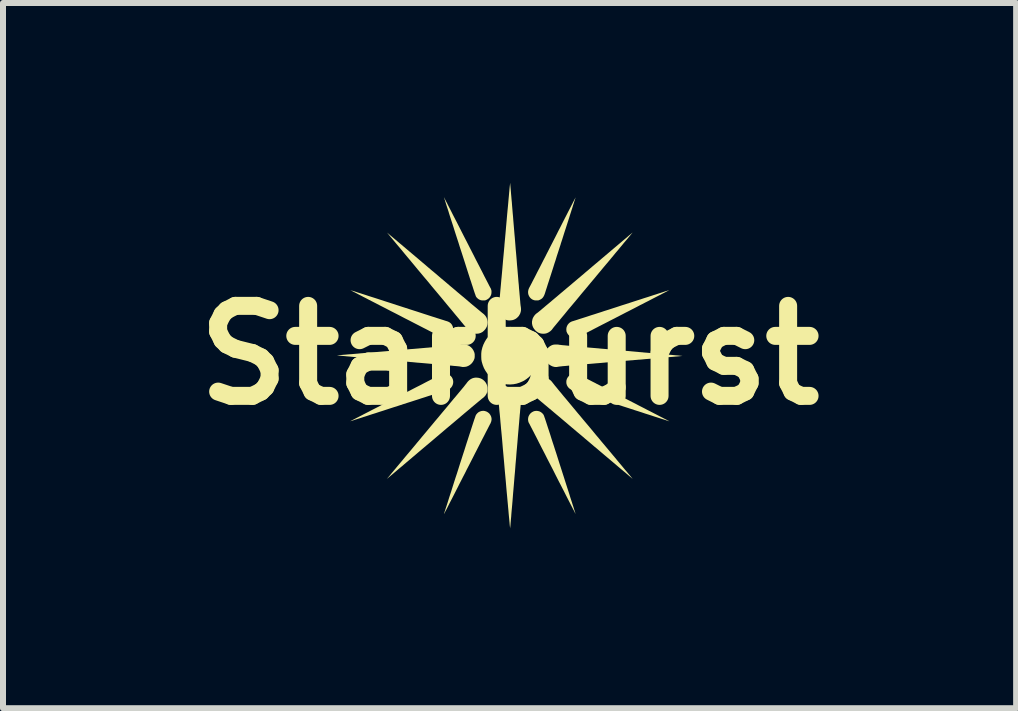
<source format=kicad_pcb>
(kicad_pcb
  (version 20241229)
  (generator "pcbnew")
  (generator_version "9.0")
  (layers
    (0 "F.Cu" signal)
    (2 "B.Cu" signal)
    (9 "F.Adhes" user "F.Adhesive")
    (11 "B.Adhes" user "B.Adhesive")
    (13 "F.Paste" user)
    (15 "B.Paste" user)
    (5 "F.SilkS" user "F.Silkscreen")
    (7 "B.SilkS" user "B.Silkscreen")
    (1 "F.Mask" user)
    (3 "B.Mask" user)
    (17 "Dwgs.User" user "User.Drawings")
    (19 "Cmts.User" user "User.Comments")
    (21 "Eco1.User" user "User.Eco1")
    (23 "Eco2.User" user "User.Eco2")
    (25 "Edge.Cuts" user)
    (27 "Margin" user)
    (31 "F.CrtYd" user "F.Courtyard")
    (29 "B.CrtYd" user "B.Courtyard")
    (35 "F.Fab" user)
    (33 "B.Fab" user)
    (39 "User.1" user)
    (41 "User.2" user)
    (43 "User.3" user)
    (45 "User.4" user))
  (footprint "Starburst"
    (layer "F.Cu")
    (at 5.443 2.87)
    (property "Reference" "Starburst" (at 0 0 0) (layer "F.SilkS") (effects (font (size 1.5 1.5) (thickness 0.3))))
    (attr board_only exclude_from_pos_files exclude_from_bom)
    (fp_poly (pts (xy 0.053 -0.469) (xy 0.091 -0.464) (xy 0.098 -0.462) (xy 0.149 -0.448) (xy 0.198 -0.429) (xy 0.244 -0.406) (xy 0.287 -0.378) (xy 0.326 -0.346) (xy 0.361 -0.31) (xy 0.392 -0.271) (xy 0.419 -0.229) (xy 0.441 -0.185) (xy 0.459 -0.138) (xy 0.471 -0.089) (xy 0.479 -0.038) (xy 0.481 0.014) (xy 0.478 0.067) (xy 0.472 0.102) (xy 0.46 0.151) (xy 0.442 0.199) (xy 0.419 0.244) (xy 0.392 0.287) (xy 0.36 0.327) (xy 0.324 0.364) (xy 0.284 0.396) (xy 0.242 0.424) (xy 0.218 0.436) (xy 0.167 0.458) (xy 0.117 0.474) (xy 0.066 0.484) (xy 0.015 0.488) (xy -0.036 0.487) (xy -0.045 0.486) (xy -0.098 0.477) (xy -0.149 0.462) (xy -0.198 0.443) (xy -0.208 0.438) (xy -0.255 0.411) (xy -0.298 0.38) (xy -0.337 0.344) (xy -0.371 0.305) (xy -0.401 0.262) (xy -0.427 0.215) (xy -0.447 0.165) (xy -0.463 0.112) (xy -0.467 0.091) (xy -0.47 0.073) (xy -0.471 0.052) (xy -0.472 0.027) (xy -0.472 0.001) (xy -0.472 -0.024) (xy -0.47 -0.048) (xy -0.468 -0.067) (xy -0.467 -0.074) (xy -0.454 -0.127) (xy -0.436 -0.177) (xy -0.413 -0.224) (xy -0.386 -0.269) (xy -0.354 -0.309) (xy -0.318 -0.346) (xy -0.278 -0.379) (xy -0.235 -0.407) (xy -0.188 -0.431) (xy -0.138 -0.449) (xy -0.111 -0.457) (xy -0.072 -0.465) (xy -0.031 -0.469) (xy 0.011 -0.471)) (stroke (width 0) (type solid)) (fill yes) (layer "F.SilkS"))
    (fp_poly (pts (xy -2.651 -1.084) (xy -2.643 -1.081) (xy -2.63 -1.077) (xy -2.611 -1.071) (xy -2.587 -1.064) (xy -2.559 -1.055) (xy -2.527 -1.044) (xy -2.491 -1.033) (xy -2.451 -1.02) (xy -2.407 -1.006) (xy -2.359 -0.99) (xy -2.309 -0.974) (xy -2.255 -0.957) (xy -2.199 -0.939) (xy -2.141 -0.92) (xy -2.08 -0.9) (xy -2.017 -0.88) (xy -1.952 -0.859) (xy -1.886 -0.837) (xy -1.866 -0.831) (xy -1.799 -0.809) (xy -1.733 -0.788) (xy -1.669 -0.767) (xy -1.607 -0.747) (xy -1.547 -0.728) (xy -1.489 -0.709) (xy -1.434 -0.691) (xy -1.381 -0.674) (xy -1.332 -0.658) (xy -1.286 -0.643) (xy -1.243 -0.63) (xy -1.204 -0.617) (xy -1.169 -0.606) (xy -1.138 -0.596) (xy -1.112 -0.588) (xy -1.09 -0.581) (xy -1.073 -0.575) (xy -1.062 -0.572) (xy -1.056 -0.57) (xy -1.055 -0.57) (xy -1.025 -0.56) (xy -1 -0.547) (xy -0.979 -0.53) (xy -0.962 -0.509) (xy -0.949 -0.484) (xy -0.941 -0.458) (xy -0.938 -0.431) (xy -0.941 -0.404) (xy -0.948 -0.379) (xy -0.96 -0.355) (xy -0.977 -0.333) (xy -0.998 -0.315) (xy -1.009 -0.308) (xy -1.024 -0.301) (xy -1.041 -0.295) (xy -1.059 -0.291) (xy -1.076 -0.289) (xy -1.089 -0.29) (xy -1.091 -0.29) (xy -1.097 -0.291) (xy -1.106 -0.293) (xy -1.113 -0.294) (xy -1.123 -0.297) (xy -1.136 -0.302) (xy -1.15 -0.309) (xy -1.16 -0.314) (xy -1.167 -0.317) (xy -1.179 -0.324) (xy -1.195 -0.332) (xy -1.216 -0.343) (xy -1.24 -0.355) (xy -1.267 -0.369) (xy -1.297 -0.385) (xy -1.329 -0.401) (xy -1.363 -0.419) (xy -1.398 -0.437) (xy -1.428 -0.452) (xy -1.513 -0.496) (xy -1.595 -0.538) (xy -1.676 -0.58) (xy -1.755 -0.62) (xy -1.831 -0.66) (xy -1.905 -0.698) (xy -1.976 -0.734) (xy -2.045 -0.77) (xy -2.111 -0.804) (xy -2.174 -0.836) (xy -2.233 -0.867) (xy -2.29 -0.896) (xy -2.343 -0.923) (xy -2.392 -0.949) (xy -2.438 -0.972) (xy -2.479 -0.994) (xy -2.517 -1.013) (xy -2.55 -1.031) (xy -2.579 -1.046) (xy -2.604 -1.058) (xy -2.624 -1.069) (xy -2.639 -1.077) (xy -2.649 -1.082) (xy -2.654 -1.085) (xy -2.654 -1.085)) (stroke (width 0) (type solid)) (fill yes) (layer "F.SilkS"))
    (fp_poly (pts (xy 0.473 0.93) (xy 0.499 0.937) (xy 0.522 0.949) (xy 0.544 0.966) (xy 0.562 0.987) (xy 0.566 0.993) (xy 0.568 0.995) (xy 0.57 1) (xy 0.572 1.006) (xy 0.575 1.014) (xy 0.579 1.024) (xy 0.583 1.037) (xy 0.589 1.052) (xy 0.595 1.071) (xy 0.602 1.092) (xy 0.61 1.116) (xy 0.619 1.144) (xy 0.629 1.175) (xy 0.64 1.209) (xy 0.653 1.248) (xy 0.667 1.291) (xy 0.682 1.337) (xy 0.698 1.389) (xy 0.716 1.445) (xy 0.736 1.505) (xy 0.757 1.571) (xy 0.78 1.641) (xy 0.804 1.717) (xy 0.83 1.799) (xy 0.839 1.827) (xy 0.861 1.895) (xy 0.882 1.961) (xy 0.903 2.026) (xy 0.923 2.089) (xy 0.942 2.149) (xy 0.961 2.208) (xy 0.979 2.263) (xy 0.996 2.316) (xy 1.011 2.366) (xy 1.026 2.412) (xy 1.04 2.455) (xy 1.052 2.494) (xy 1.064 2.529) (xy 1.073 2.56) (xy 1.082 2.587) (xy 1.089 2.609) (xy 1.094 2.626) (xy 1.098 2.638) (xy 1.1 2.644) (xy 1.1 2.645) (xy 1.099 2.643) (xy 1.094 2.635) (xy 1.088 2.623) (xy 1.079 2.605) (xy 1.068 2.583) (xy 1.054 2.557) (xy 1.039 2.527) (xy 1.021 2.493) (xy 1.002 2.456) (xy 0.981 2.415) (xy 0.958 2.37) (xy 0.934 2.323) (xy 0.909 2.273) (xy 0.882 2.221) (xy 0.854 2.166) (xy 0.824 2.109) (xy 0.794 2.05) (xy 0.763 1.989) (xy 0.732 1.927) (xy 0.719 1.901) (xy 0.687 1.839) (xy 0.655 1.777) (xy 0.624 1.717) (xy 0.595 1.659) (xy 0.566 1.603) (xy 0.538 1.549) (xy 0.512 1.498) (xy 0.487 1.449) (xy 0.464 1.403) (xy 0.442 1.36) (xy 0.421 1.32) (xy 0.403 1.284) (xy 0.386 1.252) (xy 0.372 1.224) (xy 0.359 1.2) (xy 0.349 1.18) (xy 0.341 1.165) (xy 0.336 1.154) (xy 0.333 1.149) (xy 0.333 1.148) (xy 0.319 1.124) (xy 0.311 1.099) (xy 0.308 1.072) (xy 0.31 1.045) (xy 0.317 1.019) (xy 0.33 0.994) (xy 0.347 0.972) (xy 0.35 0.969) (xy 0.372 0.951) (xy 0.396 0.938) (xy 0.421 0.93) (xy 0.447 0.928)) (stroke (width 0) (type solid)) (fill yes) (layer "F.SilkS"))
    (fp_poly (pts (xy 1.1 -2.627) (xy 1.097 -2.619) (xy 1.093 -2.605) (xy 1.087 -2.586) (xy 1.079 -2.563) (xy 1.071 -2.535) (xy 1.06 -2.503) (xy 1.049 -2.466) (xy 1.036 -2.426) (xy 1.022 -2.382) (xy 1.007 -2.335) (xy 0.991 -2.284) (xy 0.974 -2.231) (xy 0.956 -2.175) (xy 0.937 -2.116) (xy 0.917 -2.055) (xy 0.897 -1.992) (xy 0.877 -1.928) (xy 0.855 -1.862) (xy 0.851 -1.846) (xy 0.829 -1.779) (xy 0.808 -1.714) (xy 0.787 -1.65) (xy 0.768 -1.587) (xy 0.748 -1.527) (xy 0.73 -1.469) (xy 0.712 -1.413) (xy 0.695 -1.36) (xy 0.679 -1.31) (xy 0.664 -1.264) (xy 0.65 -1.22) (xy 0.637 -1.181) (xy 0.626 -1.145) (xy 0.616 -1.114) (xy 0.607 -1.087) (xy 0.6 -1.065) (xy 0.595 -1.048) (xy 0.591 -1.036) (xy 0.589 -1.03) (xy 0.589 -1.029) (xy 0.578 -1) (xy 0.566 -0.977) (xy 0.552 -0.957) (xy 0.535 -0.941) (xy 0.514 -0.928) (xy 0.508 -0.925) (xy 0.497 -0.92) (xy 0.488 -0.916) (xy 0.48 -0.914) (xy 0.47 -0.913) (xy 0.456 -0.913) (xy 0.453 -0.913) (xy 0.436 -0.913) (xy 0.423 -0.914) (xy 0.412 -0.916) (xy 0.404 -0.918) (xy 0.378 -0.929) (xy 0.356 -0.945) (xy 0.338 -0.964) (xy 0.324 -0.986) (xy 0.314 -1.01) (xy 0.309 -1.036) (xy 0.309 -1.063) (xy 0.314 -1.09) (xy 0.324 -1.117) (xy 0.332 -1.132) (xy 0.334 -1.136) (xy 0.339 -1.145) (xy 0.347 -1.16) (xy 0.357 -1.179) (xy 0.369 -1.202) (xy 0.383 -1.23) (xy 0.399 -1.261) (xy 0.418 -1.297) (xy 0.438 -1.336) (xy 0.459 -1.378) (xy 0.483 -1.424) (xy 0.508 -1.472) (xy 0.534 -1.523) (xy 0.561 -1.577) (xy 0.59 -1.632) (xy 0.619 -1.69) (xy 0.65 -1.75) (xy 0.681 -1.811) (xy 0.713 -1.873) (xy 0.722 -1.891) (xy 0.754 -1.953) (xy 0.785 -2.014) (xy 0.815 -2.074) (xy 0.845 -2.131) (xy 0.873 -2.187) (xy 0.9 -2.24) (xy 0.926 -2.291) (xy 0.951 -2.339) (xy 0.974 -2.385) (xy 0.996 -2.427) (xy 1.016 -2.466) (xy 1.034 -2.501) (xy 1.05 -2.532) (xy 1.064 -2.56) (xy 1.076 -2.583) (xy 1.086 -2.602) (xy 1.093 -2.616) (xy 1.098 -2.625) (xy 1.1 -2.63) (xy 1.1 -2.63)) (stroke (width 0) (type solid)) (fill yes) (layer "F.SilkS"))
    (fp_poly (pts (xy -1.093 -2.631) (xy -1.089 -2.623) (xy -1.082 -2.61) (xy -1.073 -2.593) (xy -1.062 -2.571) (xy -1.048 -2.545) (xy -1.033 -2.515) (xy -1.016 -2.481) (xy -0.996 -2.443) (xy -0.975 -2.402) (xy -0.953 -2.358) (xy -0.929 -2.311) (xy -0.903 -2.261) (xy -0.876 -2.209) (xy -0.848 -2.154) (xy -0.819 -2.097) (xy -0.789 -2.038) (xy -0.758 -1.977) (xy -0.726 -1.915) (xy -0.715 -1.894) (xy -0.683 -1.831) (xy -0.652 -1.77) (xy -0.621 -1.71) (xy -0.591 -1.651) (xy -0.563 -1.595) (xy -0.535 -1.541) (xy -0.508 -1.489) (xy -0.483 -1.44) (xy -0.459 -1.394) (xy -0.437 -1.35) (xy -0.417 -1.31) (xy -0.398 -1.274) (xy -0.381 -1.241) (xy -0.366 -1.212) (xy -0.353 -1.187) (xy -0.343 -1.167) (xy -0.335 -1.151) (xy -0.329 -1.141) (xy -0.326 -1.135) (xy -0.326 -1.134) (xy -0.314 -1.114) (xy -0.307 -1.095) (xy -0.302 -1.076) (xy -0.301 -1.062) (xy -0.302 -1.033) (xy -0.308 -1.005) (xy -0.32 -0.98) (xy -0.336 -0.958) (xy -0.357 -0.939) (xy -0.38 -0.925) (xy -0.391 -0.92) (xy -0.4 -0.916) (xy -0.408 -0.914) (xy -0.418 -0.913) (xy -0.432 -0.913) (xy -0.435 -0.913) (xy -0.452 -0.913) (xy -0.465 -0.914) (xy -0.476 -0.916) (xy -0.484 -0.918) (xy -0.51 -0.929) (xy -0.533 -0.946) (xy -0.553 -0.967) (xy -0.559 -0.976) (xy -0.56 -0.979) (xy -0.562 -0.983) (xy -0.565 -0.99) (xy -0.568 -1) (xy -0.572 -1.012) (xy -0.578 -1.027) (xy -0.584 -1.045) (xy -0.591 -1.066) (xy -0.599 -1.09) (xy -0.608 -1.118) (xy -0.618 -1.15) (xy -0.63 -1.185) (xy -0.642 -1.224) (xy -0.657 -1.267) (xy -0.672 -1.315) (xy -0.689 -1.367) (xy -0.707 -1.424) (xy -0.727 -1.486) (xy -0.748 -1.553) (xy -0.771 -1.624) (xy -0.796 -1.702) (xy -0.823 -1.784) (xy -0.832 -1.812) (xy -0.853 -1.88) (xy -0.875 -1.947) (xy -0.896 -2.012) (xy -0.916 -2.074) (xy -0.935 -2.135) (xy -0.954 -2.194) (xy -0.972 -2.249) (xy -0.989 -2.302) (xy -1.005 -2.352) (xy -1.019 -2.399) (xy -1.033 -2.442) (xy -1.046 -2.481) (xy -1.057 -2.516) (xy -1.067 -2.547) (xy -1.075 -2.574) (xy -1.082 -2.596) (xy -1.088 -2.613) (xy -1.092 -2.625) (xy -1.094 -2.632) (xy -1.094 -2.633)) (stroke (width 0) (type solid)) (fill yes) (layer "F.SilkS"))
    (fp_poly (pts (xy -0.412 0.93) (xy -0.407 0.932) (xy -0.381 0.941) (xy -0.358 0.955) (xy -0.339 0.971) (xy -0.321 0.995) (xy -0.308 1.021) (xy -0.301 1.048) (xy -0.3 1.075) (xy -0.305 1.103) (xy -0.316 1.132) (xy -0.323 1.146) (xy -0.326 1.15) (xy -0.331 1.16) (xy -0.338 1.174) (xy -0.348 1.193) (xy -0.36 1.217) (xy -0.374 1.244) (xy -0.391 1.276) (xy -0.409 1.312) (xy -0.429 1.351) (xy -0.451 1.393) (xy -0.474 1.438) (xy -0.499 1.487) (xy -0.525 1.538) (xy -0.552 1.591) (xy -0.581 1.647) (xy -0.61 1.705) (xy -0.641 1.765) (xy -0.672 1.826) (xy -0.704 1.888) (xy -0.713 1.905) (xy -0.744 1.968) (xy -0.776 2.029) (xy -0.806 2.088) (xy -0.836 2.146) (xy -0.864 2.202) (xy -0.891 2.255) (xy -0.917 2.306) (xy -0.942 2.355) (xy -0.965 2.4) (xy -0.987 2.442) (xy -1.007 2.481) (xy -1.025 2.517) (xy -1.041 2.548) (xy -1.055 2.576) (xy -1.068 2.599) (xy -1.077 2.618) (xy -1.085 2.633) (xy -1.09 2.642) (xy -1.092 2.647) (xy -1.092 2.647) (xy -1.093 2.646) (xy -1.092 2.641) (xy -1.089 2.632) (xy -1.088 2.628) (xy -1.085 2.618) (xy -1.08 2.603) (xy -1.073 2.583) (xy -1.066 2.558) (xy -1.056 2.529) (xy -1.045 2.495) (xy -1.033 2.458) (xy -1.02 2.416) (xy -1.006 2.371) (xy -0.99 2.322) (xy -0.973 2.271) (xy -0.956 2.216) (xy -0.938 2.159) (xy -0.919 2.099) (xy -0.899 2.037) (xy -0.878 1.974) (xy -0.857 1.908) (xy -0.836 1.841) (xy -0.827 1.812) (xy -0.801 1.732) (xy -0.777 1.657) (xy -0.754 1.587) (xy -0.734 1.523) (xy -0.715 1.463) (xy -0.697 1.408) (xy -0.681 1.358) (xy -0.666 1.312) (xy -0.652 1.27) (xy -0.64 1.232) (xy -0.629 1.198) (xy -0.619 1.167) (xy -0.61 1.139) (xy -0.602 1.115) (xy -0.595 1.094) (xy -0.589 1.075) (xy -0.583 1.058) (xy -0.578 1.045) (xy -0.574 1.033) (xy -0.571 1.023) (xy -0.568 1.015) (xy -0.565 1.008) (xy -0.563 1.002) (xy -0.561 0.998) (xy -0.559 0.995) (xy -0.558 0.992) (xy -0.556 0.99) (xy -0.538 0.968) (xy -0.517 0.95) (xy -0.493 0.938) (xy -0.467 0.93) (xy -0.44 0.927)) (stroke (width 0) (type solid)) (fill yes) (layer "F.SilkS"))
    (fp_poly (pts (xy -1.076 0.306) (xy -1.049 0.309) (xy -1.024 0.317) (xy -1 0.331) (xy -0.979 0.348) (xy -0.961 0.37) (xy -0.953 0.385) (xy -0.943 0.411) (xy -0.939 0.438) (xy -0.94 0.465) (xy -0.946 0.49) (xy -0.956 0.514) (xy -0.971 0.536) (xy -0.989 0.555) (xy -1.011 0.57) (xy -1.036 0.581) (xy -1.05 0.585) (xy -1.054 0.586) (xy -1.064 0.589) (xy -1.079 0.594) (xy -1.099 0.6) (xy -1.124 0.608) (xy -1.153 0.617) (xy -1.186 0.628) (xy -1.224 0.64) (xy -1.265 0.653) (xy -1.31 0.668) (xy -1.359 0.683) (xy -1.41 0.7) (xy -1.464 0.717) (xy -1.521 0.736) (xy -1.581 0.755) (xy -1.642 0.775) (xy -1.706 0.795) (xy -1.771 0.816) (xy -1.838 0.838) (xy -1.859 0.845) (xy -1.926 0.866) (xy -1.991 0.887) (xy -2.055 0.908) (xy -2.116 0.928) (xy -2.176 0.947) (xy -2.233 0.966) (xy -2.288 0.983) (xy -2.34 1) (xy -2.388 1.016) (xy -2.433 1.03) (xy -2.475 1.044) (xy -2.513 1.056) (xy -2.547 1.067) (xy -2.577 1.076) (xy -2.602 1.085) (xy -2.622 1.091) (xy -2.638 1.096) (xy -2.648 1.099) (xy -2.653 1.101) (xy -2.654 1.101) (xy -2.653 1.1) (xy -2.647 1.096) (xy -2.639 1.092) (xy -2.636 1.09) (xy -2.63 1.087) (xy -2.62 1.082) (xy -2.604 1.074) (xy -2.584 1.064) (xy -2.56 1.051) (xy -2.532 1.037) (xy -2.501 1.021) (xy -2.466 1.003) (xy -2.428 0.983) (xy -2.387 0.962) (xy -2.344 0.94) (xy -2.298 0.916) (xy -2.251 0.892) (xy -2.202 0.867) (xy -2.152 0.841) (xy -2.1 0.814) (xy -2.048 0.788) (xy -1.995 0.76) (xy -1.942 0.733) (xy -1.89 0.706) (xy -1.837 0.679) (xy -1.785 0.652) (xy -1.735 0.626) (xy -1.685 0.601) (xy -1.637 0.576) (xy -1.591 0.552) (xy -1.546 0.529) (xy -1.504 0.508) (xy -1.465 0.488) (xy -1.429 0.469) (xy -1.41 0.459) (xy -1.364 0.435) (xy -1.323 0.414) (xy -1.286 0.395) (xy -1.254 0.379) (xy -1.226 0.365) (xy -1.202 0.352) (xy -1.18 0.342) (xy -1.162 0.333) (xy -1.147 0.326) (xy -1.134 0.32) (xy -1.123 0.316) (xy -1.114 0.312) (xy -1.106 0.31) (xy -1.1 0.308) (xy -1.094 0.307) (xy -1.088 0.306) (xy -1.083 0.306) (xy -1.077 0.306)) (stroke (width 0) (type solid)) (fill yes) (layer "F.SilkS"))
    (fp_poly (pts (xy 1.119 0.31) (xy 1.124 0.311) (xy 1.131 0.314) (xy 1.139 0.317) (xy 1.151 0.323) (xy 1.165 0.329) (xy 1.182 0.338) (xy 1.203 0.348) (xy 1.228 0.361) (xy 1.257 0.376) (xy 1.291 0.394) (xy 1.316 0.407) (xy 1.326 0.412) (xy 1.342 0.42) (xy 1.361 0.43) (xy 1.382 0.441) (xy 1.406 0.453) (xy 1.432 0.466) (xy 1.457 0.48) (xy 1.463 0.482) (xy 1.496 0.499) (xy 1.532 0.518) (xy 1.571 0.538) (xy 1.612 0.559) (xy 1.656 0.582) (xy 1.701 0.605) (xy 1.748 0.629) (xy 1.797 0.654) (xy 1.847 0.68) (xy 1.897 0.706) (xy 1.948 0.732) (xy 2 0.759) (xy 2.051 0.785) (xy 2.102 0.811) (xy 2.153 0.838) (xy 2.202 0.863) (xy 2.251 0.888) (xy 2.298 0.913) (xy 2.344 0.936) (xy 2.388 0.959) (xy 2.429 0.98) (xy 2.468 1) (xy 2.504 1.019) (xy 2.537 1.036) (xy 2.567 1.051) (xy 2.593 1.065) (xy 2.616 1.076) (xy 2.634 1.086) (xy 2.648 1.093) (xy 2.657 1.098) (xy 2.661 1.1) (xy 2.661 1.1) (xy 2.66 1.101) (xy 2.659 1.101) (xy 2.656 1.1) (xy 2.648 1.097) (xy 2.634 1.093) (xy 2.615 1.087) (xy 2.592 1.079) (xy 2.564 1.07) (xy 2.531 1.06) (xy 2.495 1.048) (xy 2.454 1.035) (xy 2.41 1.021) (xy 2.363 1.005) (xy 2.312 0.989) (xy 2.258 0.972) (xy 2.202 0.953) (xy 2.143 0.934) (xy 2.082 0.915) (xy 2.019 0.894) (xy 1.954 0.873) (xy 1.888 0.852) (xy 1.862 0.843) (xy 1.795 0.822) (xy 1.729 0.8) (xy 1.665 0.78) (xy 1.603 0.76) (xy 1.543 0.74) (xy 1.485 0.722) (xy 1.43 0.704) (xy 1.378 0.687) (xy 1.329 0.671) (xy 1.283 0.656) (xy 1.24 0.643) (xy 1.202 0.63) (xy 1.167 0.619) (xy 1.137 0.61) (xy 1.111 0.601) (xy 1.089 0.595) (xy 1.073 0.59) (xy 1.062 0.586) (xy 1.056 0.584) (xy 1.055 0.584) (xy 1.039 0.58) (xy 1.021 0.571) (xy 1.004 0.56) (xy 0.988 0.547) (xy 0.987 0.546) (xy 0.969 0.524) (xy 0.956 0.5) (xy 0.948 0.474) (xy 0.946 0.447) (xy 0.948 0.42) (xy 0.956 0.394) (xy 0.969 0.37) (xy 0.987 0.348) (xy 0.987 0.348) (xy 1.009 0.329) (xy 1.034 0.316) (xy 1.061 0.308) (xy 1.09 0.306)) (stroke (width 0) (type solid)) (fill yes) (layer "F.SilkS"))
    (fp_poly (pts (xy 0.01 -2.87) (xy 0.01 -2.866) (xy 0.011 -2.856) (xy 0.012 -2.841) (xy 0.014 -2.82) (xy 0.016 -2.795) (xy 0.019 -2.764) (xy 0.022 -2.729) (xy 0.025 -2.69) (xy 0.029 -2.646) (xy 0.033 -2.598) (xy 0.038 -2.547) (xy 0.042 -2.492) (xy 0.047 -2.433) (xy 0.052 -2.372) (xy 0.058 -2.308) (xy 0.063 -2.241) (xy 0.069 -2.171) (xy 0.075 -2.1) (xy 0.081 -2.026) (xy 0.088 -1.95) (xy 0.094 -1.874) (xy 0.096 -1.85) (xy 0.103 -1.76) (xy 0.111 -1.673) (xy 0.118 -1.59) (xy 0.124 -1.51) (xy 0.131 -1.434) (xy 0.137 -1.361) (xy 0.143 -1.292) (xy 0.148 -1.228) (xy 0.154 -1.167) (xy 0.158 -1.111) (xy 0.163 -1.059) (xy 0.167 -1.012) (xy 0.171 -0.97) (xy 0.174 -0.932) (xy 0.177 -0.9) (xy 0.179 -0.873) (xy 0.181 -0.852) (xy 0.183 -0.835) (xy 0.184 -0.825) (xy 0.185 -0.821) (xy 0.19 -0.786) (xy 0.191 -0.753) (xy 0.186 -0.722) (xy 0.176 -0.692) (xy 0.171 -0.683) (xy 0.154 -0.654) (xy 0.132 -0.63) (xy 0.107 -0.609) (xy 0.078 -0.594) (xy 0.065 -0.589) (xy 0.047 -0.584) (xy 0.025 -0.581) (xy 0.002 -0.579) (xy -0.021 -0.58) (xy -0.04 -0.583) (xy -0.047 -0.585) (xy -0.078 -0.597) (xy -0.106 -0.614) (xy -0.131 -0.636) (xy -0.151 -0.661) (xy -0.167 -0.69) (xy -0.178 -0.721) (xy -0.178 -0.721) (xy -0.181 -0.737) (xy -0.183 -0.756) (xy -0.183 -0.776) (xy -0.181 -0.794) (xy -0.179 -0.809) (xy -0.179 -0.809) (xy -0.178 -0.813) (xy -0.177 -0.823) (xy -0.176 -0.838) (xy -0.174 -0.859) (xy -0.171 -0.885) (xy -0.168 -0.916) (xy -0.165 -0.951) (xy -0.161 -0.991) (xy -0.157 -1.035) (xy -0.153 -1.083) (xy -0.148 -1.135) (xy -0.143 -1.19) (xy -0.138 -1.249) (xy -0.132 -1.31) (xy -0.126 -1.375) (xy -0.12 -1.443) (xy -0.114 -1.512) (xy -0.108 -1.584) (xy -0.101 -1.659) (xy -0.094 -1.734) (xy -0.087 -1.812) (xy -0.084 -1.853) (xy -0.074 -1.959) (xy -0.065 -2.059) (xy -0.057 -2.154) (xy -0.049 -2.242) (xy -0.042 -2.324) (xy -0.035 -2.401) (xy -0.028 -2.472) (xy -0.022 -2.537) (xy -0.017 -2.596) (xy -0.012 -2.649) (xy -0.008 -2.696) (xy -0.004 -2.738) (xy -0.001 -2.774) (xy 0.002 -2.804) (xy 0.005 -2.829) (xy 0.007 -2.847) (xy 0.008 -2.86) (xy 0.009 -2.868) (xy 0.01 -2.87)) (stroke (width 0) (type solid)) (fill yes) (layer "F.SilkS"))
    (fp_poly (pts (xy 0.014 0.595) (xy 0.037 0.598) (xy 0.061 0.604) (xy 0.084 0.613) (xy 0.102 0.622) (xy 0.12 0.636) (xy 0.138 0.653) (xy 0.155 0.672) (xy 0.165 0.687) (xy 0.179 0.714) (xy 0.187 0.742) (xy 0.191 0.771) (xy 0.19 0.803) (xy 0.186 0.827) (xy 0.185 0.833) (xy 0.184 0.843) (xy 0.183 0.856) (xy 0.181 0.874) (xy 0.179 0.896) (xy 0.176 0.923) (xy 0.174 0.954) (xy 0.17 0.99) (xy 0.167 1.03) (xy 0.163 1.075) (xy 0.159 1.125) (xy 0.154 1.18) (xy 0.149 1.24) (xy 0.143 1.305) (xy 0.137 1.376) (xy 0.131 1.452) (xy 0.124 1.534) (xy 0.116 1.621) (xy 0.109 1.714) (xy 0.1 1.813) (xy 0.096 1.866) (xy 0.09 1.943) (xy 0.083 2.019) (xy 0.077 2.093) (xy 0.071 2.165) (xy 0.065 2.236) (xy 0.059 2.303) (xy 0.054 2.368) (xy 0.049 2.431) (xy 0.044 2.49) (xy 0.039 2.546) (xy 0.034 2.599) (xy 0.03 2.647) (xy 0.027 2.692) (xy 0.023 2.733) (xy 0.02 2.77) (xy 0.017 2.801) (xy 0.015 2.829) (xy 0.013 2.851) (xy 0.011 2.867) (xy 0.01 2.879) (xy 0.01 2.884) (xy 0.01 2.885) (xy 0.009 2.885) (xy 0.009 2.881) (xy 0.008 2.874) (xy 0.007 2.864) (xy 0.005 2.85) (xy 0.003 2.832) (xy 0.001 2.81) (xy -0.001 2.784) (xy -0.004 2.754) (xy -0.007 2.72) (xy -0.011 2.681) (xy -0.015 2.638) (xy -0.019 2.59) (xy -0.024 2.537) (xy -0.029 2.48) (xy -0.035 2.417) (xy -0.041 2.349) (xy -0.048 2.276) (xy -0.055 2.197) (xy -0.062 2.113) (xy -0.07 2.024) (xy -0.079 1.928) (xy -0.084 1.87) (xy -0.091 1.788) (xy -0.098 1.709) (xy -0.105 1.631) (xy -0.112 1.556) (xy -0.118 1.483) (xy -0.124 1.413) (xy -0.13 1.346) (xy -0.136 1.282) (xy -0.142 1.222) (xy -0.147 1.164) (xy -0.152 1.111) (xy -0.156 1.061) (xy -0.16 1.016) (xy -0.164 0.975) (xy -0.168 0.938) (xy -0.171 0.906) (xy -0.173 0.879) (xy -0.175 0.857) (xy -0.177 0.841) (xy -0.178 0.83) (xy -0.179 0.825) (xy -0.179 0.824) (xy -0.182 0.809) (xy -0.183 0.79) (xy -0.182 0.77) (xy -0.18 0.749) (xy -0.177 0.731) (xy -0.174 0.723) (xy -0.161 0.694) (xy -0.143 0.667) (xy -0.122 0.644) (xy -0.097 0.625) (xy -0.069 0.61) (xy -0.04 0.6) (xy -0.009 0.595)) (stroke (width 0) (type solid)) (fill yes) (layer "F.SilkS"))
    (fp_poly (pts (xy -2.037 -2.04) (xy -2.031 -2.034) (xy -2.02 -2.025) (xy -2.005 -2.012) (xy -1.986 -1.996) (xy -1.963 -1.977) (xy -1.937 -1.955) (xy -1.907 -1.93) (xy -1.874 -1.902) (xy -1.838 -1.871) (xy -1.799 -1.839) (xy -1.757 -1.803) (xy -1.713 -1.766) (xy -1.666 -1.726) (xy -1.617 -1.685) (xy -1.566 -1.642) (xy -1.513 -1.597) (xy -1.459 -1.551) (xy -1.402 -1.503) (xy -1.345 -1.454) (xy -1.286 -1.404) (xy -1.26 -1.383) (xy -1.2 -1.332) (xy -1.142 -1.282) (xy -1.084 -1.234) (xy -1.028 -1.186) (xy -0.974 -1.14) (xy -0.921 -1.096) (xy -0.871 -1.053) (xy -0.822 -1.012) (xy -0.775 -0.973) (xy -0.731 -0.936) (xy -0.69 -0.901) (xy -0.652 -0.868) (xy -0.616 -0.838) (xy -0.583 -0.811) (xy -0.554 -0.787) (xy -0.528 -0.765) (xy -0.506 -0.747) (xy -0.488 -0.732) (xy -0.474 -0.72) (xy -0.464 -0.712) (xy -0.458 -0.707) (xy -0.457 -0.706) (xy -0.429 -0.684) (xy -0.405 -0.659) (xy -0.387 -0.632) (xy -0.375 -0.602) (xy -0.368 -0.569) (xy -0.366 -0.544) (xy -0.369 -0.513) (xy -0.377 -0.482) (xy -0.39 -0.454) (xy -0.408 -0.428) (xy -0.43 -0.405) (xy -0.454 -0.385) (xy -0.482 -0.371) (xy -0.51 -0.362) (xy -0.529 -0.359) (xy -0.551 -0.358) (xy -0.574 -0.358) (xy -0.594 -0.361) (xy -0.598 -0.362) (xy -0.617 -0.368) (xy -0.637 -0.377) (xy -0.657 -0.389) (xy -0.675 -0.402) (xy -0.679 -0.405) (xy -0.689 -0.415) (xy -0.7 -0.428) (xy -0.709 -0.441) (xy -0.71 -0.442) (xy -0.713 -0.446) (xy -0.72 -0.454) (xy -0.73 -0.467) (xy -0.744 -0.484) (xy -0.761 -0.504) (xy -0.781 -0.529) (xy -0.804 -0.556) (xy -0.83 -0.588) (xy -0.858 -0.622) (xy -0.89 -0.66) (xy -0.923 -0.7) (xy -0.959 -0.744) (xy -0.997 -0.789) (xy -1.037 -0.837) (xy -1.079 -0.888) (xy -1.122 -0.94) (xy -1.167 -0.994) (xy -1.214 -1.05) (xy -1.262 -1.107) (xy -1.311 -1.166) (xy -1.36 -1.226) (xy -1.382 -1.252) (xy -1.433 -1.312) (xy -1.482 -1.371) (xy -1.53 -1.428) (xy -1.576 -1.484) (xy -1.621 -1.538) (xy -1.665 -1.591) (xy -1.707 -1.641) (xy -1.747 -1.689) (xy -1.785 -1.735) (xy -1.821 -1.779) (xy -1.855 -1.819) (xy -1.887 -1.857) (xy -1.916 -1.892) (xy -1.942 -1.923) (xy -1.965 -1.951) (xy -1.986 -1.976) (xy -2.003 -1.997) (xy -2.017 -2.014) (xy -2.028 -2.027) (xy -2.036 -2.036) (xy -2.039 -2.041) (xy -2.04 -2.041)) (stroke (width 0) (type solid)) (fill yes) (layer "F.SilkS"))
    (fp_poly (pts (xy 2.046 -2.039) (xy 2.046 -2.039) (xy 2.044 -2.036) (xy 2.038 -2.029) (xy 2.028 -2.017) (xy 2.016 -2.002) (xy 1.999 -1.982) (xy 1.98 -1.959) (xy 1.958 -1.932) (xy 1.932 -1.902) (xy 1.904 -1.869) (xy 1.874 -1.832) (xy 1.841 -1.793) (xy 1.806 -1.75) (xy 1.768 -1.706) (xy 1.729 -1.658) (xy 1.688 -1.609) (xy 1.645 -1.557) (xy 1.6 -1.504) (xy 1.554 -1.449) (xy 1.507 -1.392) (xy 1.458 -1.334) (xy 1.409 -1.274) (xy 1.389 -1.251) (xy 1.339 -1.191) (xy 1.29 -1.132) (xy 1.242 -1.075) (xy 1.195 -1.019) (xy 1.15 -0.964) (xy 1.106 -0.911) (xy 1.064 -0.861) (xy 1.023 -0.812) (xy 0.984 -0.766) (xy 0.948 -0.722) (xy 0.914 -0.68) (xy 0.882 -0.642) (xy 0.852 -0.606) (xy 0.826 -0.574) (xy 0.802 -0.545) (xy 0.781 -0.52) (xy 0.763 -0.498) (xy 0.748 -0.48) (xy 0.736 -0.466) (xy 0.729 -0.456) (xy 0.724 -0.451) (xy 0.724 -0.45) (xy 0.702 -0.421) (xy 0.677 -0.398) (xy 0.648 -0.379) (xy 0.622 -0.367) (xy 0.601 -0.361) (xy 0.577 -0.358) (xy 0.552 -0.358) (xy 0.529 -0.36) (xy 0.514 -0.363) (xy 0.489 -0.371) (xy 0.468 -0.382) (xy 0.447 -0.397) (xy 0.43 -0.412) (xy 0.408 -0.439) (xy 0.391 -0.467) (xy 0.38 -0.497) (xy 0.374 -0.529) (xy 0.374 -0.561) (xy 0.381 -0.595) (xy 0.384 -0.607) (xy 0.395 -0.631) (xy 0.41 -0.655) (xy 0.428 -0.677) (xy 0.448 -0.695) (xy 0.462 -0.705) (xy 0.465 -0.707) (xy 0.473 -0.713) (xy 0.485 -0.723) (xy 0.502 -0.737) (xy 0.522 -0.753) (xy 0.545 -0.773) (xy 0.573 -0.796) (xy 0.603 -0.822) (xy 0.637 -0.85) (xy 0.674 -0.881) (xy 0.714 -0.915) (xy 0.757 -0.951) (xy 0.802 -0.989) (xy 0.849 -1.029) (xy 0.899 -1.071) (xy 0.95 -1.114) (xy 1.004 -1.159) (xy 1.059 -1.206) (xy 1.116 -1.254) (xy 1.174 -1.303) (xy 1.233 -1.353) (xy 1.256 -1.373) (xy 1.316 -1.423) (xy 1.374 -1.473) (xy 1.431 -1.521) (xy 1.487 -1.568) (xy 1.541 -1.614) (xy 1.593 -1.658) (xy 1.643 -1.7) (xy 1.691 -1.741) (xy 1.737 -1.78) (xy 1.78 -1.816) (xy 1.82 -1.85) (xy 1.858 -1.882) (xy 1.893 -1.912) (xy 1.924 -1.938) (xy 1.953 -1.962) (xy 1.977 -1.983) (xy 1.998 -2.001) (xy 2.016 -2.015) (xy 2.029 -2.027) (xy 2.038 -2.034) (xy 2.042 -2.038) (xy 2.043 -2.039) (xy 2.048 -2.042) (xy 2.049 -2.042)) (stroke (width 0) (type solid)) (fill yes) (layer "F.SilkS"))
    (fp_poly (pts (xy 0.603 0.378) (xy 0.635 0.389) (xy 0.644 0.393) (xy 0.671 0.409) (xy 0.695 0.43) (xy 0.716 0.456) (xy 0.719 0.46) (xy 0.723 0.465) (xy 0.731 0.475) (xy 0.742 0.489) (xy 0.755 0.506) (xy 0.772 0.526) (xy 0.791 0.549) (xy 0.811 0.574) (xy 0.834 0.602) (xy 0.858 0.63) (xy 0.883 0.661) (xy 0.906 0.689) (xy 0.924 0.71) (xy 0.946 0.736) (xy 0.971 0.766) (xy 0.999 0.8) (xy 1.03 0.837) (xy 1.063 0.877) (xy 1.099 0.92) (xy 1.137 0.966) (xy 1.177 1.013) (xy 1.218 1.063) (xy 1.261 1.114) (xy 1.305 1.166) (xy 1.35 1.22) (xy 1.395 1.274) (xy 1.44 1.329) (xy 1.486 1.383) (xy 1.531 1.438) (xy 1.558 1.47) (xy 1.601 1.521) (xy 1.643 1.571) (xy 1.684 1.62) (xy 1.723 1.667) (xy 1.761 1.712) (xy 1.797 1.756) (xy 1.831 1.797) (xy 1.864 1.836) (xy 1.894 1.872) (xy 1.922 1.906) (xy 1.948 1.936) (xy 1.971 1.964) (xy 1.991 1.988) (xy 2.008 2.008) (xy 2.022 2.025) (xy 2.033 2.038) (xy 2.04 2.047) (xy 2.044 2.051) (xy 2.044 2.051) (xy 2.048 2.056) (xy 2.048 2.058) (xy 2.048 2.058) (xy 2.046 2.056) (xy 2.039 2.051) (xy 2.028 2.041) (xy 2.013 2.029) (xy 1.994 2.013) (xy 1.971 1.993) (xy 1.945 1.971) (xy 1.915 1.946) (xy 1.882 1.918) (xy 1.846 1.888) (xy 1.807 1.855) (xy 1.765 1.819) (xy 1.721 1.782) (xy 1.674 1.742) (xy 1.625 1.701) (xy 1.574 1.658) (xy 1.521 1.613) (xy 1.466 1.566) (xy 1.409 1.519) (xy 1.352 1.47) (xy 1.293 1.42) (xy 1.264 1.396) (xy 1.205 1.345) (xy 1.146 1.296) (xy 1.088 1.247) (xy 1.032 1.2) (xy 0.978 1.154) (xy 0.925 1.109) (xy 0.874 1.066) (xy 0.826 1.025) (xy 0.779 0.986) (xy 0.735 0.949) (xy 0.694 0.914) (xy 0.655 0.882) (xy 0.62 0.852) (xy 0.587 0.825) (xy 0.558 0.8) (xy 0.532 0.779) (xy 0.51 0.76) (xy 0.492 0.745) (xy 0.478 0.733) (xy 0.468 0.725) (xy 0.462 0.721) (xy 0.461 0.72) (xy 0.435 0.7) (xy 0.413 0.676) (xy 0.396 0.65) (xy 0.384 0.622) (xy 0.376 0.592) (xy 0.374 0.562) (xy 0.376 0.532) (xy 0.384 0.502) (xy 0.396 0.473) (xy 0.414 0.446) (xy 0.429 0.429) (xy 0.443 0.416) (xy 0.456 0.406) (xy 0.47 0.397) (xy 0.477 0.394) (xy 0.509 0.381) (xy 0.54 0.374) (xy 0.572 0.373)) (stroke (width 0) (type solid)) (fill yes) (layer "F.SilkS"))
    (fp_poly (pts (xy 2.66 -1.084) (xy 2.653 -1.08) (xy 2.64 -1.073) (xy 2.623 -1.064) (xy 2.602 -1.053) (xy 2.577 -1.04) (xy 2.548 -1.025) (xy 2.516 -1.008) (xy 2.48 -0.99) (xy 2.441 -0.97) (xy 2.4 -0.949) (xy 2.356 -0.926) (xy 2.31 -0.902) (xy 2.262 -0.878) (xy 2.213 -0.852) (xy 2.18 -0.836) (xy 2.129 -0.809) (xy 2.079 -0.783) (xy 2.03 -0.758) (xy 1.982 -0.733) (xy 1.936 -0.71) (xy 1.892 -0.687) (xy 1.851 -0.666) (xy 1.813 -0.646) (xy 1.777 -0.628) (xy 1.745 -0.611) (xy 1.717 -0.597) (xy 1.692 -0.584) (xy 1.672 -0.574) (xy 1.657 -0.566) (xy 1.646 -0.56) (xy 1.643 -0.559) (xy 1.626 -0.55) (xy 1.604 -0.539) (xy 1.581 -0.527) (xy 1.555 -0.514) (xy 1.53 -0.501) (xy 1.505 -0.488) (xy 1.503 -0.487) (xy 1.481 -0.476) (xy 1.461 -0.465) (xy 1.442 -0.456) (xy 1.426 -0.447) (xy 1.413 -0.441) (xy 1.405 -0.436) (xy 1.403 -0.435) (xy 1.396 -0.432) (xy 1.385 -0.426) (xy 1.371 -0.418) (xy 1.353 -0.409) (xy 1.333 -0.399) (xy 1.312 -0.388) (xy 1.304 -0.384) (xy 1.28 -0.372) (xy 1.257 -0.36) (xy 1.234 -0.348) (xy 1.212 -0.337) (xy 1.194 -0.328) (xy 1.18 -0.32) (xy 1.178 -0.319) (xy 1.154 -0.307) (xy 1.133 -0.298) (xy 1.114 -0.293) (xy 1.097 -0.29) (xy 1.08 -0.29) (xy 1.064 -0.291) (xy 1.039 -0.298) (xy 1.015 -0.31) (xy 0.993 -0.326) (xy 0.975 -0.346) (xy 0.96 -0.369) (xy 0.95 -0.393) (xy 0.948 -0.401) (xy 0.946 -0.429) (xy 0.948 -0.456) (xy 0.956 -0.482) (xy 0.968 -0.506) (xy 0.985 -0.527) (xy 1.005 -0.545) (xy 1.028 -0.558) (xy 1.049 -0.566) (xy 1.054 -0.567) (xy 1.064 -0.57) (xy 1.079 -0.575) (xy 1.099 -0.581) (xy 1.124 -0.589) (xy 1.154 -0.599) (xy 1.188 -0.61) (xy 1.226 -0.622) (xy 1.267 -0.635) (xy 1.313 -0.65) (xy 1.361 -0.666) (xy 1.413 -0.682) (xy 1.468 -0.7) (xy 1.525 -0.718) (xy 1.584 -0.738) (xy 1.646 -0.757) (xy 1.71 -0.778) (xy 1.775 -0.799) (xy 1.842 -0.821) (xy 1.866 -0.829) (xy 1.933 -0.85) (xy 1.998 -0.871) (xy 2.062 -0.892) (xy 2.124 -0.912) (xy 2.184 -0.931) (xy 2.241 -0.95) (xy 2.296 -0.967) (xy 2.348 -0.984) (xy 2.396 -1) (xy 2.442 -1.014) (xy 2.483 -1.028) (xy 2.522 -1.04) (xy 2.556 -1.051) (xy 2.585 -1.061) (xy 2.611 -1.069) (xy 2.631 -1.075) (xy 2.647 -1.08) (xy 2.657 -1.084) (xy 2.663 -1.085) (xy 2.663 -1.085)) (stroke (width 0) (type solid)) (fill yes) (layer "F.SilkS"))
    (fp_poly (pts (xy -0.518 0.377) (xy -0.488 0.385) (xy -0.46 0.398) (xy -0.436 0.415) (xy -0.414 0.436) (xy -0.396 0.459) (xy -0.382 0.485) (xy -0.372 0.513) (xy -0.367 0.543) (xy -0.367 0.573) (xy -0.371 0.604) (xy -0.381 0.635) (xy -0.385 0.644) (xy -0.402 0.672) (xy -0.424 0.696) (xy -0.45 0.718) (xy -0.451 0.718) (xy -0.455 0.721) (xy -0.464 0.728) (xy -0.476 0.739) (xy -0.493 0.753) (xy -0.514 0.77) (xy -0.539 0.791) (xy -0.567 0.814) (xy -0.598 0.84) (xy -0.633 0.869) (xy -0.67 0.901) (xy -0.711 0.935) (xy -0.754 0.971) (xy -0.799 1.009) (xy -0.847 1.05) (xy -0.897 1.092) (xy -0.949 1.136) (xy -1.003 1.181) (xy -1.059 1.228) (xy -1.116 1.277) (xy -1.174 1.326) (xy -1.233 1.376) (xy -1.254 1.394) (xy -1.326 1.455) (xy -1.394 1.512) (xy -1.457 1.565) (xy -1.516 1.615) (xy -1.571 1.662) (xy -1.622 1.705) (xy -1.669 1.745) (xy -1.713 1.782) (xy -1.753 1.816) (xy -1.79 1.848) (xy -1.824 1.876) (xy -1.855 1.902) (xy -1.883 1.926) (xy -1.908 1.947) (xy -1.93 1.966) (xy -1.95 1.983) (xy -1.968 1.998) (xy -1.983 2.01) (xy -1.996 2.022) (xy -2.008 2.031) (xy -2.017 2.039) (xy -2.025 2.046) (xy -2.031 2.051) (xy -2.036 2.055) (xy -2.04 2.058) (xy -2.043 2.061) (xy -2.045 2.062) (xy -2.045 2.063) (xy -2.046 2.063) (xy -2.045 2.062) (xy -2.045 2.062) (xy -2.044 2.061) (xy -2.042 2.059) (xy -2.041 2.058) (xy -2.04 2.057) (xy -2.04 2.057) (xy -2.038 2.054) (xy -2.032 2.047) (xy -2.022 2.035) (xy -2.009 2.02) (xy -1.993 2.001) (xy -1.975 1.978) (xy -1.953 1.952) (xy -1.929 1.923) (xy -1.902 1.891) (xy -1.873 1.856) (xy -1.842 1.819) (xy -1.809 1.78) (xy -1.774 1.738) (xy -1.738 1.694) (xy -1.7 1.649) (xy -1.661 1.603) (xy -1.621 1.555) (xy -1.58 1.506) (xy -1.539 1.456) (xy -1.497 1.406) (xy -1.455 1.355) (xy -1.412 1.304) (xy -1.37 1.254) (xy -1.328 1.203) (xy -1.286 1.153) (xy -1.245 1.103) (xy -1.204 1.055) (xy -1.164 1.007) (xy -1.126 0.961) (xy -1.088 0.916) (xy -1.052 0.873) (xy -1.018 0.832) (xy -0.986 0.793) (xy -0.955 0.756) (xy -0.927 0.722) (xy -0.9 0.691) (xy -0.877 0.663) (xy -0.856 0.638) (xy -0.838 0.616) (xy -0.822 0.598) (xy -0.811 0.583) (xy -0.804 0.576) (xy -0.787 0.555) (xy -0.77 0.535) (xy -0.754 0.515) (xy -0.741 0.498) (xy -0.729 0.483) (xy -0.72 0.472) (xy -0.714 0.464) (xy -0.714 0.463) (xy -0.699 0.444) (xy -0.682 0.426) (xy -0.663 0.41) (xy -0.644 0.397) (xy -0.638 0.394) (xy -0.614 0.383) (xy -0.591 0.377) (xy -0.567 0.374) (xy -0.551 0.374)) (stroke (width 0) (type solid)) (fill yes) (layer "F.SilkS"))
    (fp_poly (pts (xy -0.749 -0.179) (xy -0.72 -0.174) (xy -0.693 -0.164) (xy -0.672 -0.154) (xy -0.646 -0.135) (xy -0.623 -0.111) (xy -0.604 -0.083) (xy -0.59 -0.052) (xy -0.589 -0.049) (xy -0.585 -0.037) (xy -0.583 -0.026) (xy -0.581 -0.014) (xy -0.581 0.001) (xy -0.581 0.007) (xy -0.581 0.028) (xy -0.583 0.045) (xy -0.586 0.059) (xy -0.598 0.088) (xy -0.615 0.116) (xy -0.635 0.14) (xy -0.659 0.161) (xy -0.685 0.177) (xy -0.713 0.189) (xy -0.719 0.19) (xy -0.732 0.193) (xy -0.748 0.195) (xy -0.763 0.196) (xy -0.777 0.197) (xy -0.786 0.196) (xy -0.793 0.195) (xy -0.803 0.193) (xy -0.815 0.191) (xy -0.816 0.191) (xy -0.824 0.189) (xy -0.838 0.187) (xy -0.856 0.185) (xy -0.877 0.183) (xy -0.9 0.181) (xy -0.925 0.179) (xy -0.944 0.177) (xy -0.973 0.174) (xy -1.005 0.172) (xy -1.037 0.169) (xy -1.069 0.166) (xy -1.098 0.163) (xy -1.124 0.161) (xy -1.13 0.16) (xy -1.184 0.156) (xy -1.244 0.15) (xy -1.308 0.144) (xy -1.375 0.138) (xy -1.443 0.132) (xy -1.513 0.126) (xy -1.532 0.125) (xy -1.561 0.122) (xy -1.592 0.119) (xy -1.622 0.116) (xy -1.651 0.114) (xy -1.677 0.111) (xy -1.7 0.109) (xy -1.716 0.108) (xy -1.736 0.106) (xy -1.76 0.104) (xy -1.787 0.102) (xy -1.816 0.099) (xy -1.846 0.096) (xy -1.875 0.094) (xy -1.884 0.093) (xy -1.913 0.09) (xy -1.945 0.088) (xy -1.978 0.085) (xy -2.01 0.082) (xy -2.04 0.079) (xy -2.066 0.077) (xy -2.07 0.076) (xy -2.113 0.073) (xy -2.152 0.069) (xy -2.188 0.066) (xy -2.223 0.063) (xy -2.257 0.06) (xy -2.292 0.056) (xy -2.329 0.053) (xy -2.369 0.05) (xy -2.413 0.046) (xy -2.438 0.043) (xy -2.472 0.04) (xy -2.507 0.037) (xy -2.544 0.034) (xy -2.58 0.031) (xy -2.614 0.028) (xy -2.645 0.025) (xy -2.672 0.022) (xy -2.688 0.021) (xy -2.714 0.019) (xy -2.741 0.016) (xy -2.766 0.014) (xy -2.79 0.012) (xy -2.81 0.01) (xy -2.826 0.009) (xy -2.83 0.009) (xy -2.845 0.007) (xy -2.858 0.006) (xy -2.868 0.005) (xy -2.872 0.004) (xy -2.873 0.004) (xy -2.87 0.003) (xy -2.861 0.002) (xy -2.849 0.001) (xy -2.833 -0.001) (xy -2.814 -0.002) (xy -2.805 -0.003) (xy -2.788 -0.005) (xy -2.765 -0.007) (xy -2.737 -0.009) (xy -2.704 -0.012) (xy -2.667 -0.015) (xy -2.626 -0.018) (xy -2.581 -0.022) (xy -2.533 -0.026) (xy -2.482 -0.031) (xy -2.429 -0.035) (xy -2.374 -0.04) (xy -2.317 -0.045) (xy -2.259 -0.049) (xy -2.2 -0.054) (xy -2.141 -0.059) (xy -2.082 -0.064) (xy -2.023 -0.069) (xy -1.965 -0.074) (xy -1.908 -0.079) (xy -1.853 -0.084) (xy -1.799 -0.088) (xy -1.748 -0.093) (xy -1.7 -0.097) (xy -1.655 -0.101) (xy -1.613 -0.104) (xy -1.576 -0.107) (xy -1.543 -0.11) (xy -1.514 -0.112) (xy -1.512 -0.113) (xy -1.483 -0.115) (xy -1.451 -0.118) (xy -1.417 -0.121) (xy -1.384 -0.124) (xy -1.353 -0.126) (xy -1.337 -0.128) (xy -1.275 -0.133) (xy -1.213 -0.138) (xy -1.154 -0.143) (xy -1.097 -0.148) (xy -1.043 -0.152) (xy -0.994 -0.156) (xy -0.949 -0.16) (xy -0.944 -0.161) (xy -0.918 -0.163) (xy -0.893 -0.165) (xy -0.87 -0.168) (xy -0.848 -0.17) (xy -0.83 -0.172) (xy -0.817 -0.174) (xy -0.815 -0.174) (xy -0.781 -0.179)) (stroke (width 0) (type solid)) (fill yes) (layer "F.SilkS"))
    (fp_poly (pts (xy 0.792 -0.178) (xy 0.806 -0.177) (xy 0.817 -0.176) (xy 0.822 -0.175) (xy 0.827 -0.174) (xy 0.838 -0.172) (xy 0.853 -0.171) (xy 0.872 -0.168) (xy 0.894 -0.166) (xy 0.92 -0.164) (xy 0.947 -0.161) (xy 0.971 -0.159) (xy 1.002 -0.156) (xy 1.033 -0.153) (xy 1.065 -0.151) (xy 1.095 -0.148) (xy 1.122 -0.145) (xy 1.146 -0.143) (xy 1.166 -0.142) (xy 1.173 -0.141) (xy 1.187 -0.14) (xy 1.207 -0.138) (xy 1.231 -0.136) (xy 1.259 -0.133) (xy 1.29 -0.13) (xy 1.324 -0.127) (xy 1.359 -0.124) (xy 1.396 -0.121) (xy 1.432 -0.118) (xy 1.442 -0.117) (xy 1.479 -0.114) (xy 1.516 -0.11) (xy 1.553 -0.107) (xy 1.589 -0.104) (xy 1.623 -0.101) (xy 1.655 -0.098) (xy 1.682 -0.095) (xy 1.706 -0.093) (xy 1.724 -0.092) (xy 1.727 -0.091) (xy 1.751 -0.089) (xy 1.78 -0.087) (xy 1.812 -0.084) (xy 1.844 -0.081) (xy 1.876 -0.078) (xy 1.905 -0.075) (xy 1.908 -0.075) (xy 1.959 -0.071) (xy 2.004 -0.067) (xy 2.045 -0.063) (xy 2.08 -0.06) (xy 2.111 -0.057) (xy 2.138 -0.055) (xy 2.162 -0.052) (xy 2.182 -0.051) (xy 2.2 -0.049) (xy 2.216 -0.048) (xy 2.229 -0.046) (xy 2.241 -0.045) (xy 2.252 -0.044) (xy 2.263 -0.043) (xy 2.264 -0.043) (xy 2.28 -0.042) (xy 2.301 -0.04) (xy 2.325 -0.038) (xy 2.351 -0.036) (xy 2.379 -0.033) (xy 2.406 -0.031) (xy 2.414 -0.03) (xy 2.444 -0.027) (xy 2.477 -0.024) (xy 2.513 -0.021) (xy 2.549 -0.018) (xy 2.584 -0.015) (xy 2.614 -0.012) (xy 2.615 -0.012) (xy 2.644 -0.009) (xy 2.675 -0.007) (xy 2.708 -0.004) (xy 2.739 -0.001) (xy 2.769 0.002) (xy 2.794 0.004) (xy 2.797 0.004) (xy 2.819 0.006) (xy 2.838 0.008) (xy 2.854 0.01) (xy 2.867 0.011) (xy 2.876 0.012) (xy 2.879 0.013) (xy 2.879 0.013) (xy 2.876 0.013) (xy 2.868 0.014) (xy 2.855 0.015) (xy 2.838 0.017) (xy 2.817 0.019) (xy 2.793 0.021) (xy 2.766 0.023) (xy 2.737 0.026) (xy 2.728 0.027) (xy 2.677 0.031) (xy 2.631 0.035) (xy 2.59 0.038) (xy 2.554 0.041) (xy 2.521 0.044) (xy 2.492 0.047) (xy 2.466 0.049) (xy 2.442 0.051) (xy 2.42 0.053) (xy 2.399 0.054) (xy 2.379 0.056) (xy 2.359 0.058) (xy 2.339 0.06) (xy 2.318 0.061) (xy 2.295 0.063) (xy 2.282 0.064) (xy 2.259 0.066) (xy 2.237 0.068) (xy 2.217 0.07) (xy 2.196 0.072) (xy 2.175 0.074) (xy 2.153 0.075) (xy 2.131 0.077) (xy 2.107 0.079) (xy 2.081 0.081) (xy 2.053 0.084) (xy 2.023 0.086) (xy 1.989 0.089) (xy 1.952 0.092) (xy 1.911 0.096) (xy 1.866 0.1) (xy 1.816 0.104) (xy 1.76 0.109) (xy 1.7 0.114) (xy 1.695 0.114) (xy 1.669 0.116) (xy 1.64 0.119) (xy 1.61 0.121) (xy 1.581 0.124) (xy 1.556 0.126) (xy 1.525 0.129) (xy 1.489 0.132) (xy 1.448 0.135) (xy 1.404 0.139) (xy 1.358 0.143) (xy 1.309 0.147) (xy 1.258 0.151) (xy 1.207 0.156) (xy 1.167 0.159) (xy 1.138 0.161) (xy 1.107 0.164) (xy 1.076 0.167) (xy 1.046 0.169) (xy 1.018 0.172) (xy 0.995 0.174) (xy 0.987 0.174) (xy 0.948 0.178) (xy 0.915 0.181) (xy 0.886 0.183) (xy 0.863 0.186) (xy 0.843 0.188) (xy 0.827 0.19) (xy 0.814 0.192) (xy 0.807 0.193) (xy 0.787 0.197) (xy 0.77 0.197) (xy 0.753 0.196) (xy 0.746 0.195) (xy 0.717 0.187) (xy 0.689 0.174) (xy 0.662 0.157) (xy 0.638 0.136) (xy 0.619 0.112) (xy 0.61 0.097) (xy 0.597 0.067) (xy 0.59 0.036) (xy 0.588 0.004) (xy 0.591 -0.027) (xy 0.6 -0.057) (xy 0.613 -0.086) (xy 0.631 -0.112) (xy 0.654 -0.135) (xy 0.674 -0.15) (xy 0.695 -0.162) (xy 0.716 -0.171) (xy 0.738 -0.176) (xy 0.763 -0.178) (xy 0.776 -0.178)) (stroke (width 0) (type solid)) (fill yes) (layer "F.SilkS")))
  (gr_rect
    (start -3 -3)
    (end 13.886 8.754)
    (stroke (width 0.1) (type default))
    (fill no)
    (layer "Edge.Cuts")))
</source>
